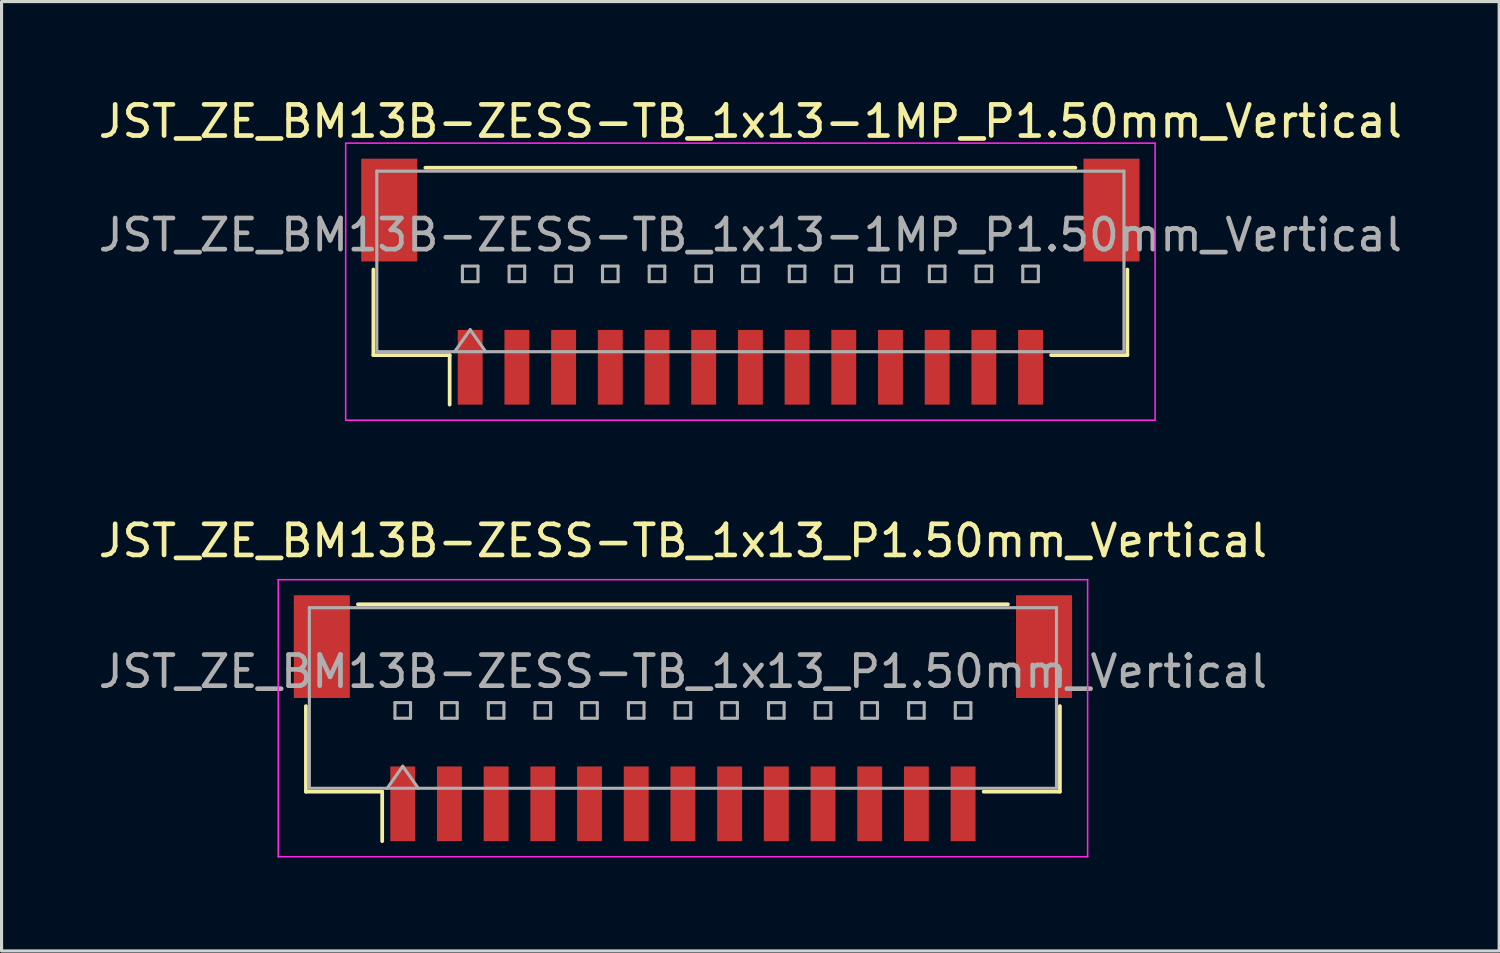
<source format=kicad_pcb>
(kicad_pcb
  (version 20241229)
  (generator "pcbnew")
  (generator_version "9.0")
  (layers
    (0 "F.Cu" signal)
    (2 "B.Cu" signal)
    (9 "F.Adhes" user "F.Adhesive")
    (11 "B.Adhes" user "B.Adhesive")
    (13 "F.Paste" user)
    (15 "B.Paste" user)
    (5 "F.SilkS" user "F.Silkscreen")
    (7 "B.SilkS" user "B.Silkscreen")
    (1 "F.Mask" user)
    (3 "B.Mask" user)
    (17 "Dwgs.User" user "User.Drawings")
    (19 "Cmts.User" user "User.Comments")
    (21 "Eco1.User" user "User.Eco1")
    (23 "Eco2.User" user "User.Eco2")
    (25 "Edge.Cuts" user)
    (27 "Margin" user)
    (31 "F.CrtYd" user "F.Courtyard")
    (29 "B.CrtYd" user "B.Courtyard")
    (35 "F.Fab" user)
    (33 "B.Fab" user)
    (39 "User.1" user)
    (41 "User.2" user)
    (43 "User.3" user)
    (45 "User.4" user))
  (footprint "JST_ZE_BM13B-ZESS-TB_1x13-1MP_P1.50mm_Vertical"
    (layer "F.Cu")
    (at 21.054 5.998)
    (property "Reference" "JST_ZE_BM13B-ZESS-TB_1x13-1MP_P1.50mm_Vertical" (at 0 -5.15 0) (layer "F.SilkS") (effects (font (size 1 1) (thickness 0.15))))
    (attr smd)
    (fp_line (start -12.11 -0.39) (end -12.11 2.36) (stroke (width 0.12) (type solid)) (layer "F.SilkS"))
    (fp_line (start -12.11 2.36) (end -9.66 2.36) (stroke (width 0.12) (type solid)) (layer "F.SilkS"))
    (fp_line (start -10.44 -3.66) (end 10.44 -3.66) (stroke (width 0.12) (type solid)) (layer "F.SilkS"))
    (fp_line (start -9.66 2.36) (end -9.66 3.95) (stroke (width 0.12) (type solid)) (layer "F.SilkS"))
    (fp_line (start 12.11 -0.39) (end 12.11 2.36) (stroke (width 0.12) (type solid)) (layer "F.SilkS"))
    (fp_line (start 12.11 2.36) (end 9.66 2.36) (stroke (width 0.12) (type solid)) (layer "F.SilkS"))
    (fp_line (start -13 -4.45) (end -13 4.45) (stroke (width 0.05) (type solid)) (layer "F.CrtYd"))
    (fp_line (start -13 4.45) (end 13 4.45) (stroke (width 0.05) (type solid)) (layer "F.CrtYd"))
    (fp_line (start 13 -4.45) (end -13 -4.45) (stroke (width 0.05) (type solid)) (layer "F.CrtYd"))
    (fp_line (start 13 4.45) (end 13 -4.45) (stroke (width 0.05) (type solid)) (layer "F.CrtYd"))
    (fp_line (start -12 -3.55) (end 12 -3.55) (stroke (width 0.1) (type solid)) (layer "F.Fab"))
    (fp_line (start -12 2.25) (end -12 -3.55) (stroke (width 0.1) (type solid)) (layer "F.Fab"))
    (fp_line (start -12 2.25) (end 12 2.25) (stroke (width 0.1) (type solid)) (layer "F.Fab"))
    (fp_line (start -9.5 2.25) (end -9 1.543) (stroke (width 0.1) (type solid)) (layer "F.Fab"))
    (fp_line (start -9.25 -0.5) (end -9.25 0) (stroke (width 0.1) (type solid)) (layer "F.Fab"))
    (fp_line (start -9.25 0) (end -8.75 0) (stroke (width 0.1) (type solid)) (layer "F.Fab"))
    (fp_line (start -9 1.543) (end -8.5 2.25) (stroke (width 0.1) (type solid)) (layer "F.Fab"))
    (fp_line (start -8.75 -0.5) (end -9.25 -0.5) (stroke (width 0.1) (type solid)) (layer "F.Fab"))
    (fp_line (start -8.75 0) (end -8.75 -0.5) (stroke (width 0.1) (type solid)) (layer "F.Fab"))
    (fp_line (start -7.75 -0.5) (end -7.75 0) (stroke (width 0.1) (type solid)) (layer "F.Fab"))
    (fp_line (start -7.75 0) (end -7.25 0) (stroke (width 0.1) (type solid)) (layer "F.Fab"))
    (fp_line (start -7.25 -0.5) (end -7.75 -0.5) (stroke (width 0.1) (type solid)) (layer "F.Fab"))
    (fp_line (start -7.25 0) (end -7.25 -0.5) (stroke (width 0.1) (type solid)) (layer "F.Fab"))
    (fp_line (start -6.25 -0.5) (end -6.25 0) (stroke (width 0.1) (type solid)) (layer "F.Fab"))
    (fp_line (start -6.25 0) (end -5.75 0) (stroke (width 0.1) (type solid)) (layer "F.Fab"))
    (fp_line (start -5.75 -0.5) (end -6.25 -0.5) (stroke (width 0.1) (type solid)) (layer "F.Fab"))
    (fp_line (start -5.75 0) (end -5.75 -0.5) (stroke (width 0.1) (type solid)) (layer "F.Fab"))
    (fp_line (start -4.75 -0.5) (end -4.75 0) (stroke (width 0.1) (type solid)) (layer "F.Fab"))
    (fp_line (start -4.75 0) (end -4.25 0) (stroke (width 0.1) (type solid)) (layer "F.Fab"))
    (fp_line (start -4.25 -0.5) (end -4.75 -0.5) (stroke (width 0.1) (type solid)) (layer "F.Fab"))
    (fp_line (start -4.25 0) (end -4.25 -0.5) (stroke (width 0.1) (type solid)) (layer "F.Fab"))
    (fp_line (start -3.25 -0.5) (end -3.25 0) (stroke (width 0.1) (type solid)) (layer "F.Fab"))
    (fp_line (start -3.25 0) (end -2.75 0) (stroke (width 0.1) (type solid)) (layer "F.Fab"))
    (fp_line (start -2.75 -0.5) (end -3.25 -0.5) (stroke (width 0.1) (type solid)) (layer "F.Fab"))
    (fp_line (start -2.75 0) (end -2.75 -0.5) (stroke (width 0.1) (type solid)) (layer "F.Fab"))
    (fp_line (start -1.75 -0.5) (end -1.75 0) (stroke (width 0.1) (type solid)) (layer "F.Fab"))
    (fp_line (start -1.75 0) (end -1.25 0) (stroke (width 0.1) (type solid)) (layer "F.Fab"))
    (fp_line (start -1.25 -0.5) (end -1.75 -0.5) (stroke (width 0.1) (type solid)) (layer "F.Fab"))
    (fp_line (start -1.25 0) (end -1.25 -0.5) (stroke (width 0.1) (type solid)) (layer "F.Fab"))
    (fp_line (start -0.25 -0.5) (end -0.25 0) (stroke (width 0.1) (type solid)) (layer "F.Fab"))
    (fp_line (start -0.25 0) (end 0.25 0) (stroke (width 0.1) (type solid)) (layer "F.Fab"))
    (fp_line (start 0.25 -0.5) (end -0.25 -0.5) (stroke (width 0.1) (type solid)) (layer "F.Fab"))
    (fp_line (start 0.25 0) (end 0.25 -0.5) (stroke (width 0.1) (type solid)) (layer "F.Fab"))
    (fp_line (start 1.25 -0.5) (end 1.25 0) (stroke (width 0.1) (type solid)) (layer "F.Fab"))
    (fp_line (start 1.25 0) (end 1.75 0) (stroke (width 0.1) (type solid)) (layer "F.Fab"))
    (fp_line (start 1.75 -0.5) (end 1.25 -0.5) (stroke (width 0.1) (type solid)) (layer "F.Fab"))
    (fp_line (start 1.75 0) (end 1.75 -0.5) (stroke (width 0.1) (type solid)) (layer "F.Fab"))
    (fp_line (start 2.75 -0.5) (end 2.75 0) (stroke (width 0.1) (type solid)) (layer "F.Fab"))
    (fp_line (start 2.75 0) (end 3.25 0) (stroke (width 0.1) (type solid)) (layer "F.Fab"))
    (fp_line (start 3.25 -0.5) (end 2.75 -0.5) (stroke (width 0.1) (type solid)) (layer "F.Fab"))
    (fp_line (start 3.25 0) (end 3.25 -0.5) (stroke (width 0.1) (type solid)) (layer "F.Fab"))
    (fp_line (start 4.25 -0.5) (end 4.25 0) (stroke (width 0.1) (type solid)) (layer "F.Fab"))
    (fp_line (start 4.25 0) (end 4.75 0) (stroke (width 0.1) (type solid)) (layer "F.Fab"))
    (fp_line (start 4.75 -0.5) (end 4.25 -0.5) (stroke (width 0.1) (type solid)) (layer "F.Fab"))
    (fp_line (start 4.75 0) (end 4.75 -0.5) (stroke (width 0.1) (type solid)) (layer "F.Fab"))
    (fp_line (start 5.75 -0.5) (end 5.75 0) (stroke (width 0.1) (type solid)) (layer "F.Fab"))
    (fp_line (start 5.75 0) (end 6.25 0) (stroke (width 0.1) (type solid)) (layer "F.Fab"))
    (fp_line (start 6.25 -0.5) (end 5.75 -0.5) (stroke (width 0.1) (type solid)) (layer "F.Fab"))
    (fp_line (start 6.25 0) (end 6.25 -0.5) (stroke (width 0.1) (type solid)) (layer "F.Fab"))
    (fp_line (start 7.25 -0.5) (end 7.25 0) (stroke (width 0.1) (type solid)) (layer "F.Fab"))
    (fp_line (start 7.25 0) (end 7.75 0) (stroke (width 0.1) (type solid)) (layer "F.Fab"))
    (fp_line (start 7.75 -0.5) (end 7.25 -0.5) (stroke (width 0.1) (type solid)) (layer "F.Fab"))
    (fp_line (start 7.75 0) (end 7.75 -0.5) (stroke (width 0.1) (type solid)) (layer "F.Fab"))
    (fp_line (start 8.75 -0.5) (end 8.75 0) (stroke (width 0.1) (type solid)) (layer "F.Fab"))
    (fp_line (start 8.75 0) (end 9.25 0) (stroke (width 0.1) (type solid)) (layer "F.Fab"))
    (fp_line (start 9.25 -0.5) (end 8.75 -0.5) (stroke (width 0.1) (type solid)) (layer "F.Fab"))
    (fp_line (start 9.25 0) (end 9.25 -0.5) (stroke (width 0.1) (type solid)) (layer "F.Fab"))
    (fp_line (start 12 2.25) (end 12 -3.55) (stroke (width 0.1) (type solid)) (layer "F.Fab"))
    (fp_text user "${REFERENCE}" (at 0 -1.5 0) (layer "F.Fab") (effects (font (size 1 1) (thickness 0.15))))
    (pad "1" smd rect (at -9 2.75) (size 0.8 2.4) (layers "F.Cu" "F.Mask" "F.Paste"))
    (pad "2" smd rect (at -7.5 2.75) (size 0.8 2.4) (layers "F.Cu" "F.Mask" "F.Paste"))
    (pad "3" smd rect (at -6 2.75) (size 0.8 2.4) (layers "F.Cu" "F.Mask" "F.Paste"))
    (pad "4" smd rect (at -4.5 2.75) (size 0.8 2.4) (layers "F.Cu" "F.Mask" "F.Paste"))
    (pad "5" smd rect (at -3 2.75) (size 0.8 2.4) (layers "F.Cu" "F.Mask" "F.Paste"))
    (pad "6" smd rect (at -1.5 2.75) (size 0.8 2.4) (layers "F.Cu" "F.Mask" "F.Paste"))
    (pad "7" smd rect (at 0 2.75) (size 0.8 2.4) (layers "F.Cu" "F.Mask" "F.Paste"))
    (pad "8" smd rect (at 1.5 2.75) (size 0.8 2.4) (layers "F.Cu" "F.Mask" "F.Paste"))
    (pad "9" smd rect (at 3 2.75) (size 0.8 2.4) (layers "F.Cu" "F.Mask" "F.Paste"))
    (pad "10" smd rect (at 4.5 2.75) (size 0.8 2.4) (layers "F.Cu" "F.Mask" "F.Paste"))
    (pad "11" smd rect (at 6 2.75) (size 0.8 2.4) (layers "F.Cu" "F.Mask" "F.Paste"))
    (pad "12" smd rect (at 7.5 2.75) (size 0.8 2.4) (layers "F.Cu" "F.Mask" "F.Paste"))
    (pad "13" smd rect (at 9 2.75) (size 0.8 2.4) (layers "F.Cu" "F.Mask" "F.Paste"))
    (pad "MP" smd rect (at -11.6 -2.3) (size 1.8 3.3) (layers "F.Cu" "F.Mask" "F.Paste"))
    (pad "MP" smd rect (at 11.6 -2.3) (size 1.8 3.3) (layers "F.Cu" "F.Mask" "F.Paste")))
  (footprint "JST_ZE_BM13B-ZESS-TB_1x13_P1.50mm_Vertical"
    (layer "F.Cu")
    (at 18.887 20.021)
    (property "Reference" "JST_ZE_BM13B-ZESS-TB_1x13_P1.50mm_Vertical" (at 0 -5.7 0) (layer "F.SilkS") (effects (font (size 1 1) (thickness 0.15))))
    (attr smd)
    (fp_line (start -12.11 -0.39) (end -12.11 2.36) (stroke (width 0.12) (type solid)) (layer "F.SilkS"))
    (fp_line (start -12.11 2.36) (end -9.66 2.36) (stroke (width 0.12) (type solid)) (layer "F.SilkS"))
    (fp_line (start -10.44 -3.66) (end 10.44 -3.66) (stroke (width 0.12) (type solid)) (layer "F.SilkS"))
    (fp_line (start -9.66 2.36) (end -9.66 3.95) (stroke (width 0.12) (type solid)) (layer "F.SilkS"))
    (fp_line (start 12.11 -0.39) (end 12.11 2.36) (stroke (width 0.12) (type solid)) (layer "F.SilkS"))
    (fp_line (start 12.11 2.36) (end 9.66 2.36) (stroke (width 0.12) (type solid)) (layer "F.SilkS"))
    (fp_line (start -13 -4.45) (end -13 4.45) (stroke (width 0.05) (type solid)) (layer "F.CrtYd"))
    (fp_line (start -13 4.45) (end 13 4.45) (stroke (width 0.05) (type solid)) (layer "F.CrtYd"))
    (fp_line (start 13 -4.45) (end -13 -4.45) (stroke (width 0.05) (type solid)) (layer "F.CrtYd"))
    (fp_line (start 13 4.45) (end 13 -4.45) (stroke (width 0.05) (type solid)) (layer "F.CrtYd"))
    (fp_line (start -12 -3.55) (end 12 -3.55) (stroke (width 0.1) (type solid)) (layer "F.Fab"))
    (fp_line (start -12 2.25) (end -12 -3.55) (stroke (width 0.1) (type solid)) (layer "F.Fab"))
    (fp_line (start -12 2.25) (end 12 2.25) (stroke (width 0.1) (type solid)) (layer "F.Fab"))
    (fp_line (start -9.5 2.25) (end -9 1.543) (stroke (width 0.1) (type solid)) (layer "F.Fab"))
    (fp_line (start -9.25 -0.5) (end -9.25 0) (stroke (width 0.1) (type solid)) (layer "F.Fab"))
    (fp_line (start -9.25 0) (end -8.75 0) (stroke (width 0.1) (type solid)) (layer "F.Fab"))
    (fp_line (start -9 1.543) (end -8.5 2.25) (stroke (width 0.1) (type solid)) (layer "F.Fab"))
    (fp_line (start -8.75 -0.5) (end -9.25 -0.5) (stroke (width 0.1) (type solid)) (layer "F.Fab"))
    (fp_line (start -8.75 0) (end -8.75 -0.5) (stroke (width 0.1) (type solid)) (layer "F.Fab"))
    (fp_line (start -7.75 -0.5) (end -7.75 0) (stroke (width 0.1) (type solid)) (layer "F.Fab"))
    (fp_line (start -7.75 0) (end -7.25 0) (stroke (width 0.1) (type solid)) (layer "F.Fab"))
    (fp_line (start -7.25 -0.5) (end -7.75 -0.5) (stroke (width 0.1) (type solid)) (layer "F.Fab"))
    (fp_line (start -7.25 0) (end -7.25 -0.5) (stroke (width 0.1) (type solid)) (layer "F.Fab"))
    (fp_line (start -6.25 -0.5) (end -6.25 0) (stroke (width 0.1) (type solid)) (layer "F.Fab"))
    (fp_line (start -6.25 0) (end -5.75 0) (stroke (width 0.1) (type solid)) (layer "F.Fab"))
    (fp_line (start -5.75 -0.5) (end -6.25 -0.5) (stroke (width 0.1) (type solid)) (layer "F.Fab"))
    (fp_line (start -5.75 0) (end -5.75 -0.5) (stroke (width 0.1) (type solid)) (layer "F.Fab"))
    (fp_line (start -4.75 -0.5) (end -4.75 0) (stroke (width 0.1) (type solid)) (layer "F.Fab"))
    (fp_line (start -4.75 0) (end -4.25 0) (stroke (width 0.1) (type solid)) (layer "F.Fab"))
    (fp_line (start -4.25 -0.5) (end -4.75 -0.5) (stroke (width 0.1) (type solid)) (layer "F.Fab"))
    (fp_line (start -4.25 0) (end -4.25 -0.5) (stroke (width 0.1) (type solid)) (layer "F.Fab"))
    (fp_line (start -3.25 -0.5) (end -3.25 0) (stroke (width 0.1) (type solid)) (layer "F.Fab"))
    (fp_line (start -3.25 0) (end -2.75 0) (stroke (width 0.1) (type solid)) (layer "F.Fab"))
    (fp_line (start -2.75 -0.5) (end -3.25 -0.5) (stroke (width 0.1) (type solid)) (layer "F.Fab"))
    (fp_line (start -2.75 0) (end -2.75 -0.5) (stroke (width 0.1) (type solid)) (layer "F.Fab"))
    (fp_line (start -1.75 -0.5) (end -1.75 0) (stroke (width 0.1) (type solid)) (layer "F.Fab"))
    (fp_line (start -1.75 0) (end -1.25 0) (stroke (width 0.1) (type solid)) (layer "F.Fab"))
    (fp_line (start -1.25 -0.5) (end -1.75 -0.5) (stroke (width 0.1) (type solid)) (layer "F.Fab"))
    (fp_line (start -1.25 0) (end -1.25 -0.5) (stroke (width 0.1) (type solid)) (layer "F.Fab"))
    (fp_line (start -0.25 -0.5) (end -0.25 0) (stroke (width 0.1) (type solid)) (layer "F.Fab"))
    (fp_line (start -0.25 0) (end 0.25 0) (stroke (width 0.1) (type solid)) (layer "F.Fab"))
    (fp_line (start 0.25 -0.5) (end -0.25 -0.5) (stroke (width 0.1) (type solid)) (layer "F.Fab"))
    (fp_line (start 0.25 0) (end 0.25 -0.5) (stroke (width 0.1) (type solid)) (layer "F.Fab"))
    (fp_line (start 1.25 -0.5) (end 1.25 0) (stroke (width 0.1) (type solid)) (layer "F.Fab"))
    (fp_line (start 1.25 0) (end 1.75 0) (stroke (width 0.1) (type solid)) (layer "F.Fab"))
    (fp_line (start 1.75 -0.5) (end 1.25 -0.5) (stroke (width 0.1) (type solid)) (layer "F.Fab"))
    (fp_line (start 1.75 0) (end 1.75 -0.5) (stroke (width 0.1) (type solid)) (layer "F.Fab"))
    (fp_line (start 2.75 -0.5) (end 2.75 0) (stroke (width 0.1) (type solid)) (layer "F.Fab"))
    (fp_line (start 2.75 0) (end 3.25 0) (stroke (width 0.1) (type solid)) (layer "F.Fab"))
    (fp_line (start 3.25 -0.5) (end 2.75 -0.5) (stroke (width 0.1) (type solid)) (layer "F.Fab"))
    (fp_line (start 3.25 0) (end 3.25 -0.5) (stroke (width 0.1) (type solid)) (layer "F.Fab"))
    (fp_line (start 4.25 -0.5) (end 4.25 0) (stroke (width 0.1) (type solid)) (layer "F.Fab"))
    (fp_line (start 4.25 0) (end 4.75 0) (stroke (width 0.1) (type solid)) (layer "F.Fab"))
    (fp_line (start 4.75 -0.5) (end 4.25 -0.5) (stroke (width 0.1) (type solid)) (layer "F.Fab"))
    (fp_line (start 4.75 0) (end 4.75 -0.5) (stroke (width 0.1) (type solid)) (layer "F.Fab"))
    (fp_line (start 5.75 -0.5) (end 5.75 0) (stroke (width 0.1) (type solid)) (layer "F.Fab"))
    (fp_line (start 5.75 0) (end 6.25 0) (stroke (width 0.1) (type solid)) (layer "F.Fab"))
    (fp_line (start 6.25 -0.5) (end 5.75 -0.5) (stroke (width 0.1) (type solid)) (layer "F.Fab"))
    (fp_line (start 6.25 0) (end 6.25 -0.5) (stroke (width 0.1) (type solid)) (layer "F.Fab"))
    (fp_line (start 7.25 -0.5) (end 7.25 0) (stroke (width 0.1) (type solid)) (layer "F.Fab"))
    (fp_line (start 7.25 0) (end 7.75 0) (stroke (width 0.1) (type solid)) (layer "F.Fab"))
    (fp_line (start 7.75 -0.5) (end 7.25 -0.5) (stroke (width 0.1) (type solid)) (layer "F.Fab"))
    (fp_line (start 7.75 0) (end 7.75 -0.5) (stroke (width 0.1) (type solid)) (layer "F.Fab"))
    (fp_line (start 8.75 -0.5) (end 8.75 0) (stroke (width 0.1) (type solid)) (layer "F.Fab"))
    (fp_line (start 8.75 0) (end 9.25 0) (stroke (width 0.1) (type solid)) (layer "F.Fab"))
    (fp_line (start 9.25 -0.5) (end 8.75 -0.5) (stroke (width 0.1) (type solid)) (layer "F.Fab"))
    (fp_line (start 9.25 0) (end 9.25 -0.5) (stroke (width 0.1) (type solid)) (layer "F.Fab"))
    (fp_line (start 12 2.25) (end 12 -3.55) (stroke (width 0.1) (type solid)) (layer "F.Fab"))
    (fp_text user "${REFERENCE}" (at 0 -1.5 0) (layer "F.Fab") (effects (font (size 1 1) (thickness 0.15))))
    (pad "" smd rect (at -11.6 -2.3) (size 1.8 3.3) (layers "F.Cu" "F.Mask" "F.Paste"))
    (pad "" smd rect (at 11.6 -2.3) (size 1.8 3.3) (layers "F.Cu" "F.Mask" "F.Paste"))
    (pad "1" smd rect (at -9 2.75) (size 0.8 2.4) (layers "F.Cu" "F.Mask" "F.Paste"))
    (pad "2" smd rect (at -7.5 2.75) (size 0.8 2.4) (layers "F.Cu" "F.Mask" "F.Paste"))
    (pad "3" smd rect (at -6 2.75) (size 0.8 2.4) (layers "F.Cu" "F.Mask" "F.Paste"))
    (pad "4" smd rect (at -4.5 2.75) (size 0.8 2.4) (layers "F.Cu" "F.Mask" "F.Paste"))
    (pad "5" smd rect (at -3 2.75) (size 0.8 2.4) (layers "F.Cu" "F.Mask" "F.Paste"))
    (pad "6" smd rect (at -1.5 2.75) (size 0.8 2.4) (layers "F.Cu" "F.Mask" "F.Paste"))
    (pad "7" smd rect (at 0 2.75) (size 0.8 2.4) (layers "F.Cu" "F.Mask" "F.Paste"))
    (pad "8" smd rect (at 1.5 2.75) (size 0.8 2.4) (layers "F.Cu" "F.Mask" "F.Paste"))
    (pad "9" smd rect (at 3 2.75) (size 0.8 2.4) (layers "F.Cu" "F.Mask" "F.Paste"))
    (pad "10" smd rect (at 4.5 2.75) (size 0.8 2.4) (layers "F.Cu" "F.Mask" "F.Paste"))
    (pad "11" smd rect (at 6 2.75) (size 0.8 2.4) (layers "F.Cu" "F.Mask" "F.Paste"))
    (pad "12" smd rect (at 7.5 2.75) (size 0.8 2.4) (layers "F.Cu" "F.Mask" "F.Paste"))
    (pad "13" smd rect (at 9 2.75) (size 0.8 2.4) (layers "F.Cu" "F.Mask" "F.Paste")))
  (gr_rect
    (start -3 -3)
    (end 45.107 27.497)
    (stroke (width 0.1) (type default))
    (fill no)
    (layer "Edge.Cuts")))
</source>
